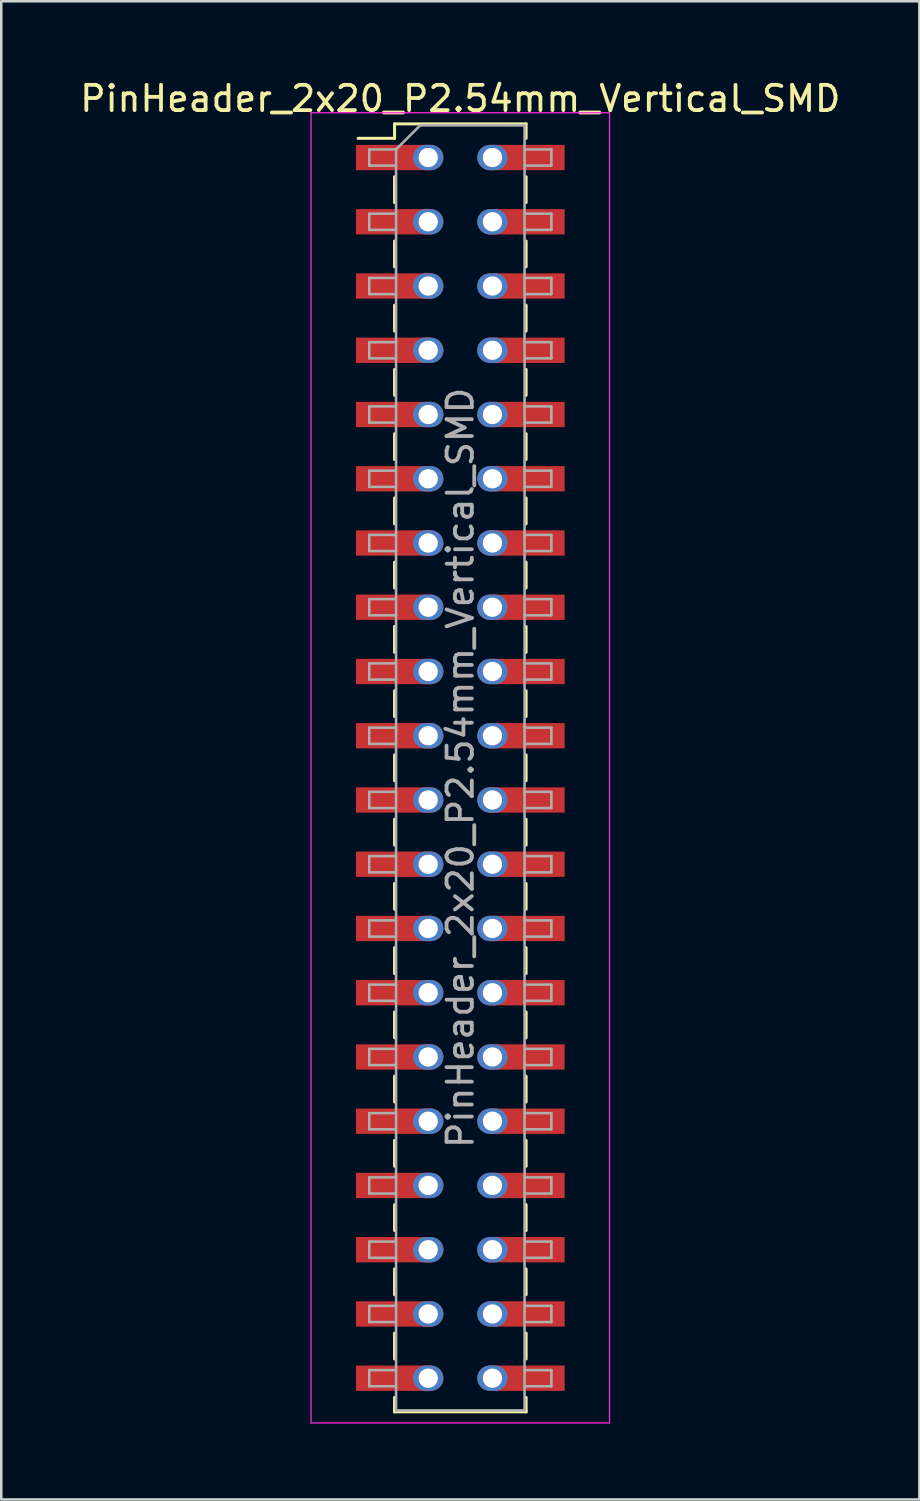
<source format=kicad_pcb>
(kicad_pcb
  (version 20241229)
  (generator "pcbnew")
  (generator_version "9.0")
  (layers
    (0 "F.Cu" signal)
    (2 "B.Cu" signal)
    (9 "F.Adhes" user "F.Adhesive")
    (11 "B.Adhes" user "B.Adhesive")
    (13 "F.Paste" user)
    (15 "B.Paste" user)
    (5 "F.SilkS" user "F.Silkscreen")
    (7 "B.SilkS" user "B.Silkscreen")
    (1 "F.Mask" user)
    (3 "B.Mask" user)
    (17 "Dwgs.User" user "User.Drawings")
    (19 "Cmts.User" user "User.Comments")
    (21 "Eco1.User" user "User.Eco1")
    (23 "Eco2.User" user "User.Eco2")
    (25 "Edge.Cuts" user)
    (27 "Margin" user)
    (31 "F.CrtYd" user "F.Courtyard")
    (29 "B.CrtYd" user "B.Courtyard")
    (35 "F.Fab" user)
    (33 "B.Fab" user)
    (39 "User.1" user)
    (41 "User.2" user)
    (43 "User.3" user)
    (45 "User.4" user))
  (footprint "PinHeader_2x20_P2.54mm_Vertical_SMD"
    (layer "F.Cu")
    (at 15.149 27.308)
    (property "Reference" "PinHeader_2x20_P2.54mm_Vertical_SMD" (at 0 -26.46 0) (layer "F.SilkS") (effects (font (size 1 1) (thickness 0.15))))
    (attr smd)
    (fp_line (start -4.04 -24.89) (end -2.6 -24.89) (stroke (width 0.12) (type solid)) (layer "F.SilkS"))
    (fp_line (start -2.6 -25.46) (end -2.6 -24.89) (stroke (width 0.12) (type solid)) (layer "F.SilkS"))
    (fp_line (start -2.6 -25.46) (end 2.6 -25.46) (stroke (width 0.12) (type solid)) (layer "F.SilkS"))
    (fp_line (start -2.6 -23.37) (end -2.6 -22.35) (stroke (width 0.12) (type solid)) (layer "F.SilkS"))
    (fp_line (start -2.6 -20.83) (end -2.6 -19.81) (stroke (width 0.12) (type solid)) (layer "F.SilkS"))
    (fp_line (start -2.6 -18.29) (end -2.6 -17.27) (stroke (width 0.12) (type solid)) (layer "F.SilkS"))
    (fp_line (start -2.6 -15.75) (end -2.6 -14.73) (stroke (width 0.12) (type solid)) (layer "F.SilkS"))
    (fp_line (start -2.6 -13.21) (end -2.6 -12.19) (stroke (width 0.12) (type solid)) (layer "F.SilkS"))
    (fp_line (start -2.6 -10.67) (end -2.6 -9.65) (stroke (width 0.12) (type solid)) (layer "F.SilkS"))
    (fp_line (start -2.6 -8.13) (end -2.6 -7.11) (stroke (width 0.12) (type solid)) (layer "F.SilkS"))
    (fp_line (start -2.6 -5.59) (end -2.6 -4.57) (stroke (width 0.12) (type solid)) (layer "F.SilkS"))
    (fp_line (start -2.6 -3.05) (end -2.6 -2.03) (stroke (width 0.12) (type solid)) (layer "F.SilkS"))
    (fp_line (start -2.6 -0.51) (end -2.6 0.51) (stroke (width 0.12) (type solid)) (layer "F.SilkS"))
    (fp_line (start -2.6 2.03) (end -2.6 3.05) (stroke (width 0.12) (type solid)) (layer "F.SilkS"))
    (fp_line (start -2.6 4.57) (end -2.6 5.59) (stroke (width 0.12) (type solid)) (layer "F.SilkS"))
    (fp_line (start -2.6 7.11) (end -2.6 8.13) (stroke (width 0.12) (type solid)) (layer "F.SilkS"))
    (fp_line (start -2.6 9.65) (end -2.6 10.67) (stroke (width 0.12) (type solid)) (layer "F.SilkS"))
    (fp_line (start -2.6 12.19) (end -2.6 13.21) (stroke (width 0.12) (type solid)) (layer "F.SilkS"))
    (fp_line (start -2.6 14.73) (end -2.6 15.75) (stroke (width 0.12) (type solid)) (layer "F.SilkS"))
    (fp_line (start -2.6 17.27) (end -2.6 18.29) (stroke (width 0.12) (type solid)) (layer "F.SilkS"))
    (fp_line (start -2.6 19.81) (end -2.6 20.83) (stroke (width 0.12) (type solid)) (layer "F.SilkS"))
    (fp_line (start -2.6 22.35) (end -2.6 23.37) (stroke (width 0.12) (type solid)) (layer "F.SilkS"))
    (fp_line (start -2.6 24.89) (end -2.6 25.46) (stroke (width 0.12) (type solid)) (layer "F.SilkS"))
    (fp_line (start -2.6 25.46) (end 2.6 25.46) (stroke (width 0.12) (type solid)) (layer "F.SilkS"))
    (fp_line (start 2.6 -25.46) (end 2.6 -24.89) (stroke (width 0.12) (type solid)) (layer "F.SilkS"))
    (fp_line (start 2.6 -23.37) (end 2.6 -22.35) (stroke (width 0.12) (type solid)) (layer "F.SilkS"))
    (fp_line (start 2.6 -20.83) (end 2.6 -19.81) (stroke (width 0.12) (type solid)) (layer "F.SilkS"))
    (fp_line (start 2.6 -18.29) (end 2.6 -17.27) (stroke (width 0.12) (type solid)) (layer "F.SilkS"))
    (fp_line (start 2.6 -15.75) (end 2.6 -14.73) (stroke (width 0.12) (type solid)) (layer "F.SilkS"))
    (fp_line (start 2.6 -13.21) (end 2.6 -12.19) (stroke (width 0.12) (type solid)) (layer "F.SilkS"))
    (fp_line (start 2.6 -10.67) (end 2.6 -9.65) (stroke (width 0.12) (type solid)) (layer "F.SilkS"))
    (fp_line (start 2.6 -8.13) (end 2.6 -7.11) (stroke (width 0.12) (type solid)) (layer "F.SilkS"))
    (fp_line (start 2.6 -5.59) (end 2.6 -4.57) (stroke (width 0.12) (type solid)) (layer "F.SilkS"))
    (fp_line (start 2.6 -3.05) (end 2.6 -2.03) (stroke (width 0.12) (type solid)) (layer "F.SilkS"))
    (fp_line (start 2.6 -0.51) (end 2.6 0.51) (stroke (width 0.12) (type solid)) (layer "F.SilkS"))
    (fp_line (start 2.6 2.03) (end 2.6 3.05) (stroke (width 0.12) (type solid)) (layer "F.SilkS"))
    (fp_line (start 2.6 4.57) (end 2.6 5.59) (stroke (width 0.12) (type solid)) (layer "F.SilkS"))
    (fp_line (start 2.6 7.11) (end 2.6 8.13) (stroke (width 0.12) (type solid)) (layer "F.SilkS"))
    (fp_line (start 2.6 9.65) (end 2.6 10.67) (stroke (width 0.12) (type solid)) (layer "F.SilkS"))
    (fp_line (start 2.6 12.19) (end 2.6 13.21) (stroke (width 0.12) (type solid)) (layer "F.SilkS"))
    (fp_line (start 2.6 14.73) (end 2.6 15.75) (stroke (width 0.12) (type solid)) (layer "F.SilkS"))
    (fp_line (start 2.6 17.27) (end 2.6 18.29) (stroke (width 0.12) (type solid)) (layer "F.SilkS"))
    (fp_line (start 2.6 19.81) (end 2.6 20.83) (stroke (width 0.12) (type solid)) (layer "F.SilkS"))
    (fp_line (start 2.6 22.35) (end 2.6 23.37) (stroke (width 0.12) (type solid)) (layer "F.SilkS"))
    (fp_line (start 2.6 24.89) (end 2.6 25.46) (stroke (width 0.12) (type solid)) (layer "F.SilkS"))
    (fp_line (start -5.9 -25.9) (end -5.9 25.9) (stroke (width 0.05) (type solid)) (layer "F.CrtYd"))
    (fp_line (start -5.9 25.9) (end 5.9 25.9) (stroke (width 0.05) (type solid)) (layer "F.CrtYd"))
    (fp_line (start 5.9 -25.9) (end -5.9 -25.9) (stroke (width 0.05) (type solid)) (layer "F.CrtYd"))
    (fp_line (start 5.9 25.9) (end 5.9 -25.9) (stroke (width 0.05) (type solid)) (layer "F.CrtYd"))
    (fp_line (start -3.6 -24.45) (end -3.6 -23.81) (stroke (width 0.1) (type solid)) (layer "F.Fab"))
    (fp_line (start -3.6 -23.81) (end -2.54 -23.81) (stroke (width 0.1) (type solid)) (layer "F.Fab"))
    (fp_line (start -3.6 -21.91) (end -3.6 -21.27) (stroke (width 0.1) (type solid)) (layer "F.Fab"))
    (fp_line (start -3.6 -21.27) (end -2.54 -21.27) (stroke (width 0.1) (type solid)) (layer "F.Fab"))
    (fp_line (start -3.6 -19.37) (end -3.6 -18.73) (stroke (width 0.1) (type solid)) (layer "F.Fab"))
    (fp_line (start -3.6 -18.73) (end -2.54 -18.73) (stroke (width 0.1) (type solid)) (layer "F.Fab"))
    (fp_line (start -3.6 -16.83) (end -3.6 -16.19) (stroke (width 0.1) (type solid)) (layer "F.Fab"))
    (fp_line (start -3.6 -16.19) (end -2.54 -16.19) (stroke (width 0.1) (type solid)) (layer "F.Fab"))
    (fp_line (start -3.6 -14.29) (end -3.6 -13.65) (stroke (width 0.1) (type solid)) (layer "F.Fab"))
    (fp_line (start -3.6 -13.65) (end -2.54 -13.65) (stroke (width 0.1) (type solid)) (layer "F.Fab"))
    (fp_line (start -3.6 -11.75) (end -3.6 -11.11) (stroke (width 0.1) (type solid)) (layer "F.Fab"))
    (fp_line (start -3.6 -11.11) (end -2.54 -11.11) (stroke (width 0.1) (type solid)) (layer "F.Fab"))
    (fp_line (start -3.6 -9.21) (end -3.6 -8.57) (stroke (width 0.1) (type solid)) (layer "F.Fab"))
    (fp_line (start -3.6 -8.57) (end -2.54 -8.57) (stroke (width 0.1) (type solid)) (layer "F.Fab"))
    (fp_line (start -3.6 -6.67) (end -3.6 -6.03) (stroke (width 0.1) (type solid)) (layer "F.Fab"))
    (fp_line (start -3.6 -6.03) (end -2.54 -6.03) (stroke (width 0.1) (type solid)) (layer "F.Fab"))
    (fp_line (start -3.6 -4.13) (end -3.6 -3.49) (stroke (width 0.1) (type solid)) (layer "F.Fab"))
    (fp_line (start -3.6 -3.49) (end -2.54 -3.49) (stroke (width 0.1) (type solid)) (layer "F.Fab"))
    (fp_line (start -3.6 -1.59) (end -3.6 -0.95) (stroke (width 0.1) (type solid)) (layer "F.Fab"))
    (fp_line (start -3.6 -0.95) (end -2.54 -0.95) (stroke (width 0.1) (type solid)) (layer "F.Fab"))
    (fp_line (start -3.6 0.95) (end -3.6 1.59) (stroke (width 0.1) (type solid)) (layer "F.Fab"))
    (fp_line (start -3.6 1.59) (end -2.54 1.59) (stroke (width 0.1) (type solid)) (layer "F.Fab"))
    (fp_line (start -3.6 3.49) (end -3.6 4.13) (stroke (width 0.1) (type solid)) (layer "F.Fab"))
    (fp_line (start -3.6 4.13) (end -2.54 4.13) (stroke (width 0.1) (type solid)) (layer "F.Fab"))
    (fp_line (start -3.6 6.03) (end -3.6 6.67) (stroke (width 0.1) (type solid)) (layer "F.Fab"))
    (fp_line (start -3.6 6.67) (end -2.54 6.67) (stroke (width 0.1) (type solid)) (layer "F.Fab"))
    (fp_line (start -3.6 8.57) (end -3.6 9.21) (stroke (width 0.1) (type solid)) (layer "F.Fab"))
    (fp_line (start -3.6 9.21) (end -2.54 9.21) (stroke (width 0.1) (type solid)) (layer "F.Fab"))
    (fp_line (start -3.6 11.11) (end -3.6 11.75) (stroke (width 0.1) (type solid)) (layer "F.Fab"))
    (fp_line (start -3.6 11.75) (end -2.54 11.75) (stroke (width 0.1) (type solid)) (layer "F.Fab"))
    (fp_line (start -3.6 13.65) (end -3.6 14.29) (stroke (width 0.1) (type solid)) (layer "F.Fab"))
    (fp_line (start -3.6 14.29) (end -2.54 14.29) (stroke (width 0.1) (type solid)) (layer "F.Fab"))
    (fp_line (start -3.6 16.19) (end -3.6 16.83) (stroke (width 0.1) (type solid)) (layer "F.Fab"))
    (fp_line (start -3.6 16.83) (end -2.54 16.83) (stroke (width 0.1) (type solid)) (layer "F.Fab"))
    (fp_line (start -3.6 18.73) (end -3.6 19.37) (stroke (width 0.1) (type solid)) (layer "F.Fab"))
    (fp_line (start -3.6 19.37) (end -2.54 19.37) (stroke (width 0.1) (type solid)) (layer "F.Fab"))
    (fp_line (start -3.6 21.27) (end -3.6 21.91) (stroke (width 0.1) (type solid)) (layer "F.Fab"))
    (fp_line (start -3.6 21.91) (end -2.54 21.91) (stroke (width 0.1) (type solid)) (layer "F.Fab"))
    (fp_line (start -3.6 23.81) (end -3.6 24.45) (stroke (width 0.1) (type solid)) (layer "F.Fab"))
    (fp_line (start -3.6 24.45) (end -2.54 24.45) (stroke (width 0.1) (type solid)) (layer "F.Fab"))
    (fp_line (start -2.54 -24.45) (end -3.6 -24.45) (stroke (width 0.1) (type solid)) (layer "F.Fab"))
    (fp_line (start -2.54 -24.45) (end -1.59 -25.4) (stroke (width 0.1) (type solid)) (layer "F.Fab"))
    (fp_line (start -2.54 -21.91) (end -3.6 -21.91) (stroke (width 0.1) (type solid)) (layer "F.Fab"))
    (fp_line (start -2.54 -19.37) (end -3.6 -19.37) (stroke (width 0.1) (type solid)) (layer "F.Fab"))
    (fp_line (start -2.54 -16.83) (end -3.6 -16.83) (stroke (width 0.1) (type solid)) (layer "F.Fab"))
    (fp_line (start -2.54 -14.29) (end -3.6 -14.29) (stroke (width 0.1) (type solid)) (layer "F.Fab"))
    (fp_line (start -2.54 -11.75) (end -3.6 -11.75) (stroke (width 0.1) (type solid)) (layer "F.Fab"))
    (fp_line (start -2.54 -9.21) (end -3.6 -9.21) (stroke (width 0.1) (type solid)) (layer "F.Fab"))
    (fp_line (start -2.54 -6.67) (end -3.6 -6.67) (stroke (width 0.1) (type solid)) (layer "F.Fab"))
    (fp_line (start -2.54 -4.13) (end -3.6 -4.13) (stroke (width 0.1) (type solid)) (layer "F.Fab"))
    (fp_line (start -2.54 -1.59) (end -3.6 -1.59) (stroke (width 0.1) (type solid)) (layer "F.Fab"))
    (fp_line (start -2.54 0.95) (end -3.6 0.95) (stroke (width 0.1) (type solid)) (layer "F.Fab"))
    (fp_line (start -2.54 3.49) (end -3.6 3.49) (stroke (width 0.1) (type solid)) (layer "F.Fab"))
    (fp_line (start -2.54 6.03) (end -3.6 6.03) (stroke (width 0.1) (type solid)) (layer "F.Fab"))
    (fp_line (start -2.54 8.57) (end -3.6 8.57) (stroke (width 0.1) (type solid)) (layer "F.Fab"))
    (fp_line (start -2.54 11.11) (end -3.6 11.11) (stroke (width 0.1) (type solid)) (layer "F.Fab"))
    (fp_line (start -2.54 13.65) (end -3.6 13.65) (stroke (width 0.1) (type solid)) (layer "F.Fab"))
    (fp_line (start -2.54 16.19) (end -3.6 16.19) (stroke (width 0.1) (type solid)) (layer "F.Fab"))
    (fp_line (start -2.54 18.73) (end -3.6 18.73) (stroke (width 0.1) (type solid)) (layer "F.Fab"))
    (fp_line (start -2.54 21.27) (end -3.6 21.27) (stroke (width 0.1) (type solid)) (layer "F.Fab"))
    (fp_line (start -2.54 23.81) (end -3.6 23.81) (stroke (width 0.1) (type solid)) (layer "F.Fab"))
    (fp_line (start -2.54 25.4) (end -2.54 -24.45) (stroke (width 0.1) (type solid)) (layer "F.Fab"))
    (fp_line (start -1.59 -25.4) (end 2.54 -25.4) (stroke (width 0.1) (type solid)) (layer "F.Fab"))
    (fp_line (start 2.54 -25.4) (end 2.54 25.4) (stroke (width 0.1) (type solid)) (layer "F.Fab"))
    (fp_line (start 2.54 -24.45) (end 3.6 -24.45) (stroke (width 0.1) (type solid)) (layer "F.Fab"))
    (fp_line (start 2.54 -21.91) (end 3.6 -21.91) (stroke (width 0.1) (type solid)) (layer "F.Fab"))
    (fp_line (start 2.54 -19.37) (end 3.6 -19.37) (stroke (width 0.1) (type solid)) (layer "F.Fab"))
    (fp_line (start 2.54 -16.83) (end 3.6 -16.83) (stroke (width 0.1) (type solid)) (layer "F.Fab"))
    (fp_line (start 2.54 -14.29) (end 3.6 -14.29) (stroke (width 0.1) (type solid)) (layer "F.Fab"))
    (fp_line (start 2.54 -11.75) (end 3.6 -11.75) (stroke (width 0.1) (type solid)) (layer "F.Fab"))
    (fp_line (start 2.54 -9.21) (end 3.6 -9.21) (stroke (width 0.1) (type solid)) (layer "F.Fab"))
    (fp_line (start 2.54 -6.67) (end 3.6 -6.67) (stroke (width 0.1) (type solid)) (layer "F.Fab"))
    (fp_line (start 2.54 -4.13) (end 3.6 -4.13) (stroke (width 0.1) (type solid)) (layer "F.Fab"))
    (fp_line (start 2.54 -1.59) (end 3.6 -1.59) (stroke (width 0.1) (type solid)) (layer "F.Fab"))
    (fp_line (start 2.54 0.95) (end 3.6 0.95) (stroke (width 0.1) (type solid)) (layer "F.Fab"))
    (fp_line (start 2.54 3.49) (end 3.6 3.49) (stroke (width 0.1) (type solid)) (layer "F.Fab"))
    (fp_line (start 2.54 6.03) (end 3.6 6.03) (stroke (width 0.1) (type solid)) (layer "F.Fab"))
    (fp_line (start 2.54 8.57) (end 3.6 8.57) (stroke (width 0.1) (type solid)) (layer "F.Fab"))
    (fp_line (start 2.54 11.11) (end 3.6 11.11) (stroke (width 0.1) (type solid)) (layer "F.Fab"))
    (fp_line (start 2.54 13.65) (end 3.6 13.65) (stroke (width 0.1) (type solid)) (layer "F.Fab"))
    (fp_line (start 2.54 16.19) (end 3.6 16.19) (stroke (width 0.1) (type solid)) (layer "F.Fab"))
    (fp_line (start 2.54 18.73) (end 3.6 18.73) (stroke (width 0.1) (type solid)) (layer "F.Fab"))
    (fp_line (start 2.54 21.27) (end 3.6 21.27) (stroke (width 0.1) (type solid)) (layer "F.Fab"))
    (fp_line (start 2.54 23.81) (end 3.6 23.81) (stroke (width 0.1) (type solid)) (layer "F.Fab"))
    (fp_line (start 2.54 25.4) (end -2.54 25.4) (stroke (width 0.1) (type solid)) (layer "F.Fab"))
    (fp_line (start 3.6 -24.45) (end 3.6 -23.81) (stroke (width 0.1) (type solid)) (layer "F.Fab"))
    (fp_line (start 3.6 -23.81) (end 2.54 -23.81) (stroke (width 0.1) (type solid)) (layer "F.Fab"))
    (fp_line (start 3.6 -21.91) (end 3.6 -21.27) (stroke (width 0.1) (type solid)) (layer "F.Fab"))
    (fp_line (start 3.6 -21.27) (end 2.54 -21.27) (stroke (width 0.1) (type solid)) (layer "F.Fab"))
    (fp_line (start 3.6 -19.37) (end 3.6 -18.73) (stroke (width 0.1) (type solid)) (layer "F.Fab"))
    (fp_line (start 3.6 -18.73) (end 2.54 -18.73) (stroke (width 0.1) (type solid)) (layer "F.Fab"))
    (fp_line (start 3.6 -16.83) (end 3.6 -16.19) (stroke (width 0.1) (type solid)) (layer "F.Fab"))
    (fp_line (start 3.6 -16.19) (end 2.54 -16.19) (stroke (width 0.1) (type solid)) (layer "F.Fab"))
    (fp_line (start 3.6 -14.29) (end 3.6 -13.65) (stroke (width 0.1) (type solid)) (layer "F.Fab"))
    (fp_line (start 3.6 -13.65) (end 2.54 -13.65) (stroke (width 0.1) (type solid)) (layer "F.Fab"))
    (fp_line (start 3.6 -11.75) (end 3.6 -11.11) (stroke (width 0.1) (type solid)) (layer "F.Fab"))
    (fp_line (start 3.6 -11.11) (end 2.54 -11.11) (stroke (width 0.1) (type solid)) (layer "F.Fab"))
    (fp_line (start 3.6 -9.21) (end 3.6 -8.57) (stroke (width 0.1) (type solid)) (layer "F.Fab"))
    (fp_line (start 3.6 -8.57) (end 2.54 -8.57) (stroke (width 0.1) (type solid)) (layer "F.Fab"))
    (fp_line (start 3.6 -6.67) (end 3.6 -6.03) (stroke (width 0.1) (type solid)) (layer "F.Fab"))
    (fp_line (start 3.6 -6.03) (end 2.54 -6.03) (stroke (width 0.1) (type solid)) (layer "F.Fab"))
    (fp_line (start 3.6 -4.13) (end 3.6 -3.49) (stroke (width 0.1) (type solid)) (layer "F.Fab"))
    (fp_line (start 3.6 -3.49) (end 2.54 -3.49) (stroke (width 0.1) (type solid)) (layer "F.Fab"))
    (fp_line (start 3.6 -1.59) (end 3.6 -0.95) (stroke (width 0.1) (type solid)) (layer "F.Fab"))
    (fp_line (start 3.6 -0.95) (end 2.54 -0.95) (stroke (width 0.1) (type solid)) (layer "F.Fab"))
    (fp_line (start 3.6 0.95) (end 3.6 1.59) (stroke (width 0.1) (type solid)) (layer "F.Fab"))
    (fp_line (start 3.6 1.59) (end 2.54 1.59) (stroke (width 0.1) (type solid)) (layer "F.Fab"))
    (fp_line (start 3.6 3.49) (end 3.6 4.13) (stroke (width 0.1) (type solid)) (layer "F.Fab"))
    (fp_line (start 3.6 4.13) (end 2.54 4.13) (stroke (width 0.1) (type solid)) (layer "F.Fab"))
    (fp_line (start 3.6 6.03) (end 3.6 6.67) (stroke (width 0.1) (type solid)) (layer "F.Fab"))
    (fp_line (start 3.6 6.67) (end 2.54 6.67) (stroke (width 0.1) (type solid)) (layer "F.Fab"))
    (fp_line (start 3.6 8.57) (end 3.6 9.21) (stroke (width 0.1) (type solid)) (layer "F.Fab"))
    (fp_line (start 3.6 9.21) (end 2.54 9.21) (stroke (width 0.1) (type solid)) (layer "F.Fab"))
    (fp_line (start 3.6 11.11) (end 3.6 11.75) (stroke (width 0.1) (type solid)) (layer "F.Fab"))
    (fp_line (start 3.6 11.75) (end 2.54 11.75) (stroke (width 0.1) (type solid)) (layer "F.Fab"))
    (fp_line (start 3.6 13.65) (end 3.6 14.29) (stroke (width 0.1) (type solid)) (layer "F.Fab"))
    (fp_line (start 3.6 14.29) (end 2.54 14.29) (stroke (width 0.1) (type solid)) (layer "F.Fab"))
    (fp_line (start 3.6 16.19) (end 3.6 16.83) (stroke (width 0.1) (type solid)) (layer "F.Fab"))
    (fp_line (start 3.6 16.83) (end 2.54 16.83) (stroke (width 0.1) (type solid)) (layer "F.Fab"))
    (fp_line (start 3.6 18.73) (end 3.6 19.37) (stroke (width 0.1) (type solid)) (layer "F.Fab"))
    (fp_line (start 3.6 19.37) (end 2.54 19.37) (stroke (width 0.1) (type solid)) (layer "F.Fab"))
    (fp_line (start 3.6 21.27) (end 3.6 21.91) (stroke (width 0.1) (type solid)) (layer "F.Fab"))
    (fp_line (start 3.6 21.91) (end 2.54 21.91) (stroke (width 0.1) (type solid)) (layer "F.Fab"))
    (fp_line (start 3.6 23.81) (end 3.6 24.45) (stroke (width 0.1) (type solid)) (layer "F.Fab"))
    (fp_line (start 3.6 24.45) (end 2.54 24.45) (stroke (width 0.1) (type solid)) (layer "F.Fab"))
    (fp_text user "${REFERENCE}" (at 0 0 90) (layer "F.Fab") (effects (font (size 1 1) (thickness 0.15))))
    (pad "1" smd rect (at -2.525 -24.13) (size 3 1) (drill (offset -0.1 0)) (layers "F.Cu" "F.Mask" "F.Paste"))
    (pad "1" thru_hole oval (at -1.27 -24.13) (size 1.2 1) (drill 0.762) (layers "*.Cu" "*.Mask"))
    (pad "2" thru_hole oval (at 1.27 -24.13) (size 1.2 1) (drill 0.762) (layers "*.Cu" "*.Mask"))
    (pad "2" smd rect (at 2.525 -24.13) (size 3 1) (drill (offset 0.1 0)) (layers "F.Cu" "F.Mask" "F.Paste"))
    (pad "3" smd rect (at -2.525 -21.59) (size 3 1) (drill (offset -0.1 0)) (layers "F.Cu" "F.Mask" "F.Paste"))
    (pad "3" thru_hole oval (at -1.27 -21.59) (size 1.2 1) (drill 0.762) (layers "*.Cu" "*.Mask"))
    (pad "4" thru_hole oval (at 1.27 -21.59) (size 1.2 1) (drill 0.762) (layers "*.Cu" "*.Mask"))
    (pad "4" smd rect (at 2.525 -21.59) (size 3 1) (drill (offset 0.1 0)) (layers "F.Cu" "F.Mask" "F.Paste"))
    (pad "5" smd rect (at -2.525 -19.05) (size 3 1) (drill (offset -0.1 0)) (layers "F.Cu" "F.Mask" "F.Paste"))
    (pad "5" thru_hole oval (at -1.27 -19.05) (size 1.2 1) (drill 0.762) (layers "*.Cu" "*.Mask"))
    (pad "6" thru_hole oval (at 1.27 -19.05) (size 1.2 1) (drill 0.762) (layers "*.Cu" "*.Mask"))
    (pad "6" smd rect (at 2.525 -19.05) (size 3 1) (drill (offset 0.1 0)) (layers "F.Cu" "F.Mask" "F.Paste"))
    (pad "7" smd rect (at -2.525 -16.51) (size 3 1) (drill (offset -0.1 0)) (layers "F.Cu" "F.Mask" "F.Paste"))
    (pad "7" thru_hole oval (at -1.27 -16.51) (size 1.2 1) (drill 0.762) (layers "*.Cu" "*.Mask"))
    (pad "8" thru_hole oval (at 1.27 -16.51) (size 1.2 1) (drill 0.762) (layers "*.Cu" "*.Mask"))
    (pad "8" smd rect (at 2.525 -16.51) (size 3 1) (drill (offset 0.1 0)) (layers "F.Cu" "F.Mask" "F.Paste"))
    (pad "9" smd rect (at -2.525 -13.97) (size 3 1) (drill (offset -0.1 0)) (layers "F.Cu" "F.Mask" "F.Paste"))
    (pad "9" thru_hole oval (at -1.27 -13.97) (size 1.2 1) (drill 0.762) (layers "*.Cu" "*.Mask"))
    (pad "10" thru_hole oval (at 1.27 -13.97) (size 1.2 1) (drill 0.762) (layers "*.Cu" "*.Mask"))
    (pad "10" smd rect (at 2.525 -13.97) (size 3 1) (drill (offset 0.1 0)) (layers "F.Cu" "F.Mask" "F.Paste"))
    (pad "11" smd rect (at -2.525 -11.43) (size 3 1) (drill (offset -0.1 0)) (layers "F.Cu" "F.Mask" "F.Paste"))
    (pad "11" thru_hole oval (at -1.27 -11.43) (size 1.2 1) (drill 0.762) (layers "*.Cu" "*.Mask"))
    (pad "12" thru_hole oval (at 1.27 -11.43) (size 1.2 1) (drill 0.762) (layers "*.Cu" "*.Mask"))
    (pad "12" smd rect (at 2.525 -11.43) (size 3 1) (drill (offset 0.1 0)) (layers "F.Cu" "F.Mask" "F.Paste"))
    (pad "13" smd rect (at -2.525 -8.89) (size 3 1) (drill (offset -0.1 0)) (layers "F.Cu" "F.Mask" "F.Paste"))
    (pad "13" thru_hole oval (at -1.27 -8.89) (size 1.2 1) (drill 0.762) (layers "*.Cu" "*.Mask"))
    (pad "14" thru_hole oval (at 1.27 -8.89) (size 1.2 1) (drill 0.762) (layers "*.Cu" "*.Mask"))
    (pad "14" smd rect (at 2.525 -8.89) (size 3 1) (drill (offset 0.1 0)) (layers "F.Cu" "F.Mask" "F.Paste"))
    (pad "15" smd rect (at -2.525 -6.35) (size 3 1) (drill (offset -0.1 0)) (layers "F.Cu" "F.Mask" "F.Paste"))
    (pad "15" thru_hole oval (at -1.27 -6.35) (size 1.2 1) (drill 0.762) (layers "*.Cu" "*.Mask"))
    (pad "16" thru_hole oval (at 1.27 -6.35) (size 1.2 1) (drill 0.762) (layers "*.Cu" "*.Mask"))
    (pad "16" smd rect (at 2.525 -6.35) (size 3 1) (drill (offset 0.1 0)) (layers "F.Cu" "F.Mask" "F.Paste"))
    (pad "17" smd rect (at -2.525 -3.81) (size 3 1) (drill (offset -0.1 0)) (layers "F.Cu" "F.Mask" "F.Paste"))
    (pad "17" thru_hole oval (at -1.27 -3.81) (size 1.2 1) (drill 0.762) (layers "*.Cu" "*.Mask"))
    (pad "18" thru_hole oval (at 1.27 -3.81) (size 1.2 1) (drill 0.762) (layers "*.Cu" "*.Mask"))
    (pad "18" smd rect (at 2.525 -3.81) (size 3 1) (drill (offset 0.1 0)) (layers "F.Cu" "F.Mask" "F.Paste"))
    (pad "19" smd rect (at -2.525 -1.27) (size 3 1) (drill (offset -0.1 0)) (layers "F.Cu" "F.Mask" "F.Paste"))
    (pad "19" thru_hole oval (at -1.27 -1.27) (size 1.2 1) (drill 0.762) (layers "*.Cu" "*.Mask"))
    (pad "20" thru_hole oval (at 1.27 -1.27) (size 1.2 1) (drill 0.762) (layers "*.Cu" "*.Mask"))
    (pad "20" smd rect (at 2.525 -1.27) (size 3 1) (drill (offset 0.1 0)) (layers "F.Cu" "F.Mask" "F.Paste"))
    (pad "21" smd rect (at -2.525 1.27) (size 3 1) (drill (offset -0.1 0)) (layers "F.Cu" "F.Mask" "F.Paste"))
    (pad "21" thru_hole oval (at -1.27 1.27) (size 1.2 1) (drill 0.762) (layers "*.Cu" "*.Mask"))
    (pad "22" thru_hole oval (at 1.27 1.27) (size 1.2 1) (drill 0.762) (layers "*.Cu" "*.Mask"))
    (pad "22" smd rect (at 2.525 1.27) (size 3 1) (drill (offset 0.1 0)) (layers "F.Cu" "F.Mask" "F.Paste"))
    (pad "23" smd rect (at -2.525 3.81) (size 3 1) (drill (offset -0.1 0)) (layers "F.Cu" "F.Mask" "F.Paste"))
    (pad "23" thru_hole oval (at -1.27 3.81) (size 1.2 1) (drill 0.762) (layers "*.Cu" "*.Mask"))
    (pad "24" thru_hole oval (at 1.27 3.81) (size 1.2 1) (drill 0.762) (layers "*.Cu" "*.Mask"))
    (pad "24" smd rect (at 2.525 3.81) (size 3 1) (drill (offset 0.1 0)) (layers "F.Cu" "F.Mask" "F.Paste"))
    (pad "25" smd rect (at -2.525 6.35) (size 3 1) (drill (offset -0.1 0)) (layers "F.Cu" "F.Mask" "F.Paste"))
    (pad "25" thru_hole oval (at -1.27 6.35) (size 1.2 1) (drill 0.762) (layers "*.Cu" "*.Mask"))
    (pad "26" thru_hole oval (at 1.27 6.35) (size 1.2 1) (drill 0.762) (layers "*.Cu" "*.Mask"))
    (pad "26" smd rect (at 2.525 6.35) (size 3 1) (drill (offset 0.1 0)) (layers "F.Cu" "F.Mask" "F.Paste"))
    (pad "27" smd rect (at -2.525 8.89) (size 3 1) (drill (offset -0.1 0)) (layers "F.Cu" "F.Mask" "F.Paste"))
    (pad "27" thru_hole oval (at -1.27 8.89) (size 1.2 1) (drill 0.762) (layers "*.Cu" "*.Mask"))
    (pad "28" thru_hole oval (at 1.27 8.89) (size 1.2 1) (drill 0.762) (layers "*.Cu" "*.Mask"))
    (pad "28" smd rect (at 2.525 8.89) (size 3 1) (drill (offset 0.1 0)) (layers "F.Cu" "F.Mask" "F.Paste"))
    (pad "29" smd rect (at -2.525 11.43) (size 3 1) (drill (offset -0.1 0)) (layers "F.Cu" "F.Mask" "F.Paste"))
    (pad "29" thru_hole oval (at -1.27 11.43) (size 1.2 1) (drill 0.762) (layers "*.Cu" "*.Mask"))
    (pad "30" thru_hole oval (at 1.27 11.43) (size 1.2 1) (drill 0.762) (layers "*.Cu" "*.Mask"))
    (pad "30" smd rect (at 2.525 11.43) (size 3 1) (drill (offset 0.1 0)) (layers "F.Cu" "F.Mask" "F.Paste"))
    (pad "31" smd rect (at -2.525 13.97) (size 3 1) (drill (offset -0.1 0)) (layers "F.Cu" "F.Mask" "F.Paste"))
    (pad "31" thru_hole oval (at -1.27 13.97) (size 1.2 1) (drill 0.762) (layers "*.Cu" "*.Mask"))
    (pad "32" thru_hole oval (at 1.27 13.97) (size 1.2 1) (drill 0.762) (layers "*.Cu" "*.Mask"))
    (pad "32" smd rect (at 2.525 13.97) (size 3 1) (drill (offset 0.1 0)) (layers "F.Cu" "F.Mask" "F.Paste"))
    (pad "33" smd rect (at -2.525 16.51) (size 3 1) (drill (offset -0.1 0)) (layers "F.Cu" "F.Mask" "F.Paste"))
    (pad "33" thru_hole oval (at -1.27 16.51) (size 1.2 1) (drill 0.762) (layers "*.Cu" "*.Mask"))
    (pad "34" thru_hole oval (at 1.27 16.51) (size 1.2 1) (drill 0.762) (layers "*.Cu" "*.Mask"))
    (pad "34" smd rect (at 2.525 16.51) (size 3 1) (drill (offset 0.1 0)) (layers "F.Cu" "F.Mask" "F.Paste"))
    (pad "35" smd rect (at -2.525 19.05) (size 3 1) (drill (offset -0.1 0)) (layers "F.Cu" "F.Mask" "F.Paste"))
    (pad "35" thru_hole oval (at -1.27 19.05) (size 1.2 1) (drill 0.762) (layers "*.Cu" "*.Mask"))
    (pad "36" thru_hole oval (at 1.27 19.05) (size 1.2 1) (drill 0.762) (layers "*.Cu" "*.Mask"))
    (pad "36" smd rect (at 2.525 19.05) (size 3 1) (drill (offset 0.1 0)) (layers "F.Cu" "F.Mask" "F.Paste"))
    (pad "37" smd rect (at -2.525 21.59) (size 3 1) (drill (offset -0.1 0)) (layers "F.Cu" "F.Mask" "F.Paste"))
    (pad "37" thru_hole oval (at -1.27 21.59) (size 1.2 1) (drill 0.762) (layers "*.Cu" "*.Mask"))
    (pad "38" thru_hole oval (at 1.27 21.59) (size 1.2 1) (drill 0.762) (layers "*.Cu" "*.Mask"))
    (pad "38" smd rect (at 2.525 21.59) (size 3 1) (drill (offset 0.1 0)) (layers "F.Cu" "F.Mask" "F.Paste"))
    (pad "39" smd rect (at -2.525 24.13) (size 3 1) (drill (offset -0.1 0)) (layers "F.Cu" "F.Mask" "F.Paste"))
    (pad "39" thru_hole oval (at -1.27 24.13) (size 1.2 1) (drill 0.762) (layers "*.Cu" "*.Mask"))
    (pad "40" thru_hole oval (at 1.27 24.13) (size 1.2 1) (drill 0.762) (layers "*.Cu" "*.Mask"))
    (pad "40" smd rect (at 2.525 24.13) (size 3 1) (drill (offset 0.1 0)) (layers "F.Cu" "F.Mask" "F.Paste")))
  (gr_rect
    (start -3 -3)
    (end 33.298 56.233)
    (stroke (width 0.1) (type default))
    (fill no)
    (layer "Edge.Cuts")))
</source>
